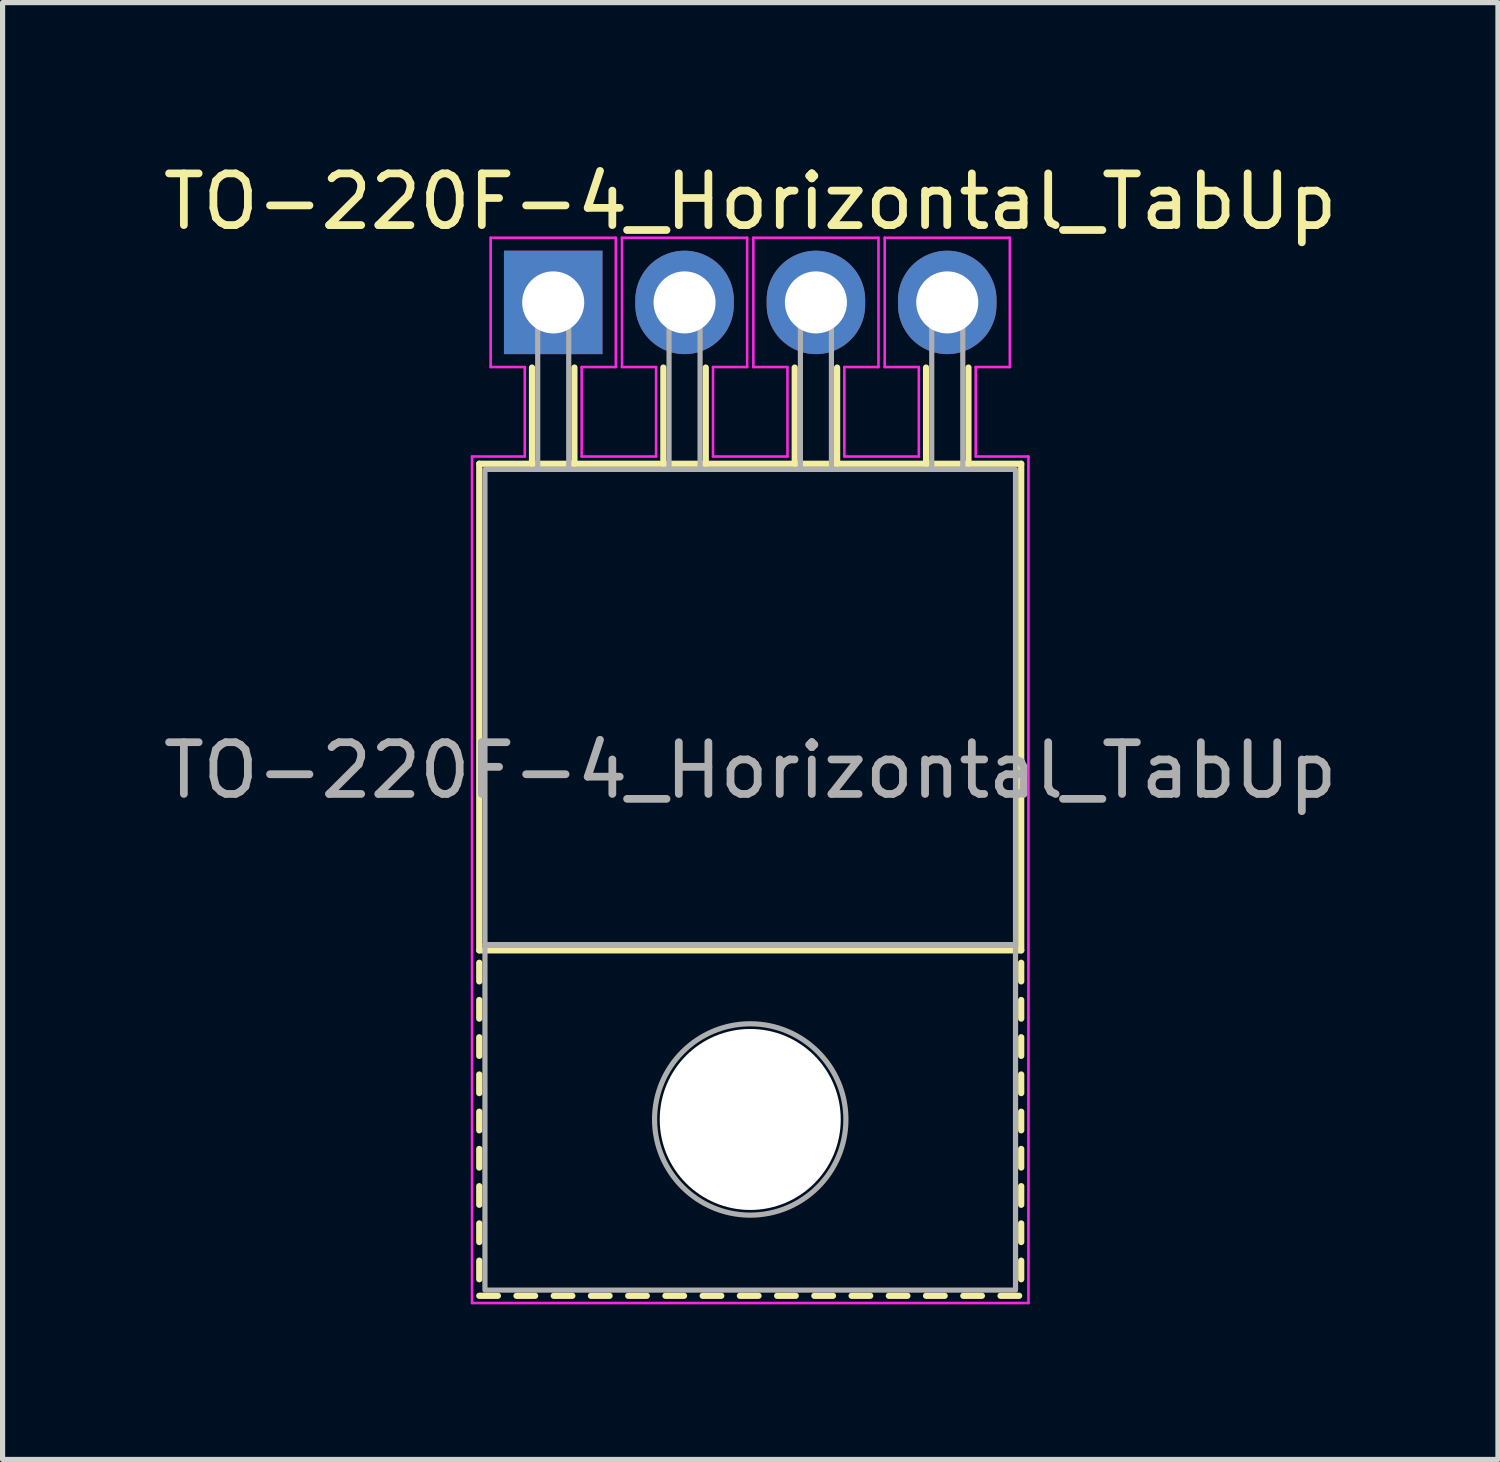
<source format=kicad_pcb>
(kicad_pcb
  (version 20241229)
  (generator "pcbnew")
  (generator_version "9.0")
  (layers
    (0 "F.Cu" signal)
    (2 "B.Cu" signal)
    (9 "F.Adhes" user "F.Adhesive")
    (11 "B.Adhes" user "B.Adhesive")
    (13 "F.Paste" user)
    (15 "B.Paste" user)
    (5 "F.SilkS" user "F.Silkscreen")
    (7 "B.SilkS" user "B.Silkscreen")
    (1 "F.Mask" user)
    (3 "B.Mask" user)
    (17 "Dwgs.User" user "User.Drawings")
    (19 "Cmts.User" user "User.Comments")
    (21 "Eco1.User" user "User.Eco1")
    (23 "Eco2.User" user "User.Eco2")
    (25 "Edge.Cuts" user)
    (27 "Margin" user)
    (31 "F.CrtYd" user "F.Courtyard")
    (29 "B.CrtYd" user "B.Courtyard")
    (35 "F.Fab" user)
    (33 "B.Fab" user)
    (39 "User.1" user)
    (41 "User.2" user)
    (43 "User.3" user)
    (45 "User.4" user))
  (footprint "TO-220F-4_Horizontal_TabUp"
    (layer "F.Cu")
    (at 7.648 2.798)
    (property "Reference" "TO-220F-4_Horizontal_TabUp" (at 3.81 -1.95 0) (layer "F.SilkS") (effects (font (size 1 1) (thickness 0.15))))
    (attr through_hole)
    (fp_line (start -1.43 3.12) (end -1.43 12.53) (stroke (width 0.12) (type solid)) (layer "F.SilkS"))
    (fp_line (start -1.43 3.12) (end 9.05 3.12) (stroke (width 0.12) (type solid)) (layer "F.SilkS"))
    (fp_line (start -1.43 12.53) (end 9.05 12.53) (stroke (width 0.12) (type solid)) (layer "F.SilkS"))
    (fp_line (start -1.43 12.77) (end -1.43 13.13) (stroke (width 0.12) (type solid)) (layer "F.SilkS"))
    (fp_line (start -1.43 13.49) (end -1.43 13.85) (stroke (width 0.12) (type solid)) (layer "F.SilkS"))
    (fp_line (start -1.43 14.21) (end -1.43 14.57) (stroke (width 0.12) (type solid)) (layer "F.SilkS"))
    (fp_line (start -1.43 14.93) (end -1.43 15.29) (stroke (width 0.12) (type solid)) (layer "F.SilkS"))
    (fp_line (start -1.43 15.65) (end -1.43 16.01) (stroke (width 0.12) (type solid)) (layer "F.SilkS"))
    (fp_line (start -1.43 16.37) (end -1.43 16.73) (stroke (width 0.12) (type solid)) (layer "F.SilkS"))
    (fp_line (start -1.43 17.09) (end -1.43 17.45) (stroke (width 0.12) (type solid)) (layer "F.SilkS"))
    (fp_line (start -1.43 17.81) (end -1.43 18.17) (stroke (width 0.12) (type solid)) (layer "F.SilkS"))
    (fp_line (start -1.43 18.53) (end -1.43 18.89) (stroke (width 0.12) (type solid)) (layer "F.SilkS"))
    (fp_line (start -1.43 19.21) (end -1.07 19.21) (stroke (width 0.12) (type solid)) (layer "F.SilkS"))
    (fp_line (start -0.71 19.21) (end -0.35 19.21) (stroke (width 0.12) (type solid)) (layer "F.SilkS"))
    (fp_line (start -0.41 3.12) (end -0.41 1.26) (stroke (width 0.12) (type solid)) (layer "F.SilkS"))
    (fp_line (start 0.01 19.21) (end 0.37 19.21) (stroke (width 0.12) (type solid)) (layer "F.SilkS"))
    (fp_line (start 0.41 3.12) (end 0.41 1.26) (stroke (width 0.12) (type solid)) (layer "F.SilkS"))
    (fp_line (start 0.73 19.21) (end 1.09 19.21) (stroke (width 0.12) (type solid)) (layer "F.SilkS"))
    (fp_line (start 1.45 19.21) (end 1.81 19.21) (stroke (width 0.12) (type solid)) (layer "F.SilkS"))
    (fp_line (start 2.13 3.12) (end 2.13 1.26) (stroke (width 0.12) (type solid)) (layer "F.SilkS"))
    (fp_line (start 2.17 19.21) (end 2.53 19.21) (stroke (width 0.12) (type solid)) (layer "F.SilkS"))
    (fp_line (start 2.89 19.21) (end 3.25 19.21) (stroke (width 0.12) (type solid)) (layer "F.SilkS"))
    (fp_line (start 2.95 3.12) (end 2.95 1.26) (stroke (width 0.12) (type solid)) (layer "F.SilkS"))
    (fp_line (start 3.61 19.21) (end 3.97 19.21) (stroke (width 0.12) (type solid)) (layer "F.SilkS"))
    (fp_line (start 4.33 19.21) (end 4.69 19.21) (stroke (width 0.12) (type solid)) (layer "F.SilkS"))
    (fp_line (start 4.67 3.12) (end 4.67 1.26) (stroke (width 0.12) (type solid)) (layer "F.SilkS"))
    (fp_line (start 5.05 19.21) (end 5.41 19.21) (stroke (width 0.12) (type solid)) (layer "F.SilkS"))
    (fp_line (start 5.49 3.12) (end 5.49 1.26) (stroke (width 0.12) (type solid)) (layer "F.SilkS"))
    (fp_line (start 5.77 19.21) (end 6.13 19.21) (stroke (width 0.12) (type solid)) (layer "F.SilkS"))
    (fp_line (start 6.49 19.21) (end 6.85 19.21) (stroke (width 0.12) (type solid)) (layer "F.SilkS"))
    (fp_line (start 7.21 3.12) (end 7.21 1.26) (stroke (width 0.12) (type solid)) (layer "F.SilkS"))
    (fp_line (start 7.21 19.21) (end 7.57 19.21) (stroke (width 0.12) (type solid)) (layer "F.SilkS"))
    (fp_line (start 7.93 19.21) (end 8.29 19.21) (stroke (width 0.12) (type solid)) (layer "F.SilkS"))
    (fp_line (start 8.03 3.12) (end 8.03 1.26) (stroke (width 0.12) (type solid)) (layer "F.SilkS"))
    (fp_line (start 8.65 19.21) (end 9.01 19.21) (stroke (width 0.12) (type solid)) (layer "F.SilkS"))
    (fp_line (start 9.05 3.12) (end 9.05 12.53) (stroke (width 0.12) (type solid)) (layer "F.SilkS"))
    (fp_line (start 9.05 12.77) (end 9.05 13.13) (stroke (width 0.12) (type solid)) (layer "F.SilkS"))
    (fp_line (start 9.05 13.49) (end 9.05 13.85) (stroke (width 0.12) (type solid)) (layer "F.SilkS"))
    (fp_line (start 9.05 14.21) (end 9.05 14.57) (stroke (width 0.12) (type solid)) (layer "F.SilkS"))
    (fp_line (start 9.05 14.93) (end 9.05 15.29) (stroke (width 0.12) (type solid)) (layer "F.SilkS"))
    (fp_line (start 9.05 15.65) (end 9.05 16.01) (stroke (width 0.12) (type solid)) (layer "F.SilkS"))
    (fp_line (start 9.05 16.37) (end 9.05 16.73) (stroke (width 0.12) (type solid)) (layer "F.SilkS"))
    (fp_line (start 9.05 17.09) (end 9.05 17.45) (stroke (width 0.12) (type solid)) (layer "F.SilkS"))
    (fp_line (start 9.05 17.81) (end 9.05 18.17) (stroke (width 0.12) (type solid)) (layer "F.SilkS"))
    (fp_line (start 9.05 18.53) (end 9.05 18.89) (stroke (width 0.12) (type solid)) (layer "F.SilkS"))
    (fp_line (start -1.57 2.98) (end -0.55 2.98) (stroke (width 0.05) (type solid)) (layer "F.CrtYd"))
    (fp_line (start -1.57 19.35) (end -1.57 2.98) (stroke (width 0.05) (type solid)) (layer "F.CrtYd"))
    (fp_line (start -1.21 -1.25) (end 1.21 -1.25) (stroke (width 0.05) (type solid)) (layer "F.CrtYd"))
    (fp_line (start -1.21 1.25) (end -1.21 -1.25) (stroke (width 0.05) (type solid)) (layer "F.CrtYd"))
    (fp_line (start -0.55 1.25) (end -1.21 1.25) (stroke (width 0.05) (type solid)) (layer "F.CrtYd"))
    (fp_line (start -0.55 2.98) (end -0.55 1.25) (stroke (width 0.05) (type solid)) (layer "F.CrtYd"))
    (fp_line (start 0.55 1.25) (end 0.55 2.98) (stroke (width 0.05) (type solid)) (layer "F.CrtYd"))
    (fp_line (start 0.55 2.98) (end 1.99 2.98) (stroke (width 0.05) (type solid)) (layer "F.CrtYd"))
    (fp_line (start 1.21 -1.25) (end 1.21 1.25) (stroke (width 0.05) (type solid)) (layer "F.CrtYd"))
    (fp_line (start 1.21 1.25) (end 0.55 1.25) (stroke (width 0.05) (type solid)) (layer "F.CrtYd"))
    (fp_line (start 1.33 -1.25) (end 3.75 -1.25) (stroke (width 0.05) (type solid)) (layer "F.CrtYd"))
    (fp_line (start 1.33 1.25) (end 1.33 -1.25) (stroke (width 0.05) (type solid)) (layer "F.CrtYd"))
    (fp_line (start 1.99 1.25) (end 1.33 1.25) (stroke (width 0.05) (type solid)) (layer "F.CrtYd"))
    (fp_line (start 1.99 2.98) (end 1.99 1.25) (stroke (width 0.05) (type solid)) (layer "F.CrtYd"))
    (fp_line (start 3.09 1.25) (end 3.09 2.98) (stroke (width 0.05) (type solid)) (layer "F.CrtYd"))
    (fp_line (start 3.09 2.98) (end 4.53 2.98) (stroke (width 0.05) (type solid)) (layer "F.CrtYd"))
    (fp_line (start 3.75 -1.25) (end 3.75 1.25) (stroke (width 0.05) (type solid)) (layer "F.CrtYd"))
    (fp_line (start 3.75 1.25) (end 3.09 1.25) (stroke (width 0.05) (type solid)) (layer "F.CrtYd"))
    (fp_line (start 3.87 -1.25) (end 6.29 -1.25) (stroke (width 0.05) (type solid)) (layer "F.CrtYd"))
    (fp_line (start 3.87 1.25) (end 3.87 -1.25) (stroke (width 0.05) (type solid)) (layer "F.CrtYd"))
    (fp_line (start 4.53 1.25) (end 3.87 1.25) (stroke (width 0.05) (type solid)) (layer "F.CrtYd"))
    (fp_line (start 4.53 2.98) (end 4.53 1.25) (stroke (width 0.05) (type solid)) (layer "F.CrtYd"))
    (fp_line (start 5.63 1.25) (end 5.63 2.98) (stroke (width 0.05) (type solid)) (layer "F.CrtYd"))
    (fp_line (start 5.63 2.98) (end 7.07 2.98) (stroke (width 0.05) (type solid)) (layer "F.CrtYd"))
    (fp_line (start 6.29 -1.25) (end 6.29 1.25) (stroke (width 0.05) (type solid)) (layer "F.CrtYd"))
    (fp_line (start 6.29 1.25) (end 5.63 1.25) (stroke (width 0.05) (type solid)) (layer "F.CrtYd"))
    (fp_line (start 6.41 -1.25) (end 8.83 -1.25) (stroke (width 0.05) (type solid)) (layer "F.CrtYd"))
    (fp_line (start 6.41 1.25) (end 6.41 -1.25) (stroke (width 0.05) (type solid)) (layer "F.CrtYd"))
    (fp_line (start 7.07 1.25) (end 6.41 1.25) (stroke (width 0.05) (type solid)) (layer "F.CrtYd"))
    (fp_line (start 7.07 2.98) (end 7.07 1.25) (stroke (width 0.05) (type solid)) (layer "F.CrtYd"))
    (fp_line (start 8.17 1.25) (end 8.17 2.98) (stroke (width 0.05) (type solid)) (layer "F.CrtYd"))
    (fp_line (start 8.17 2.98) (end 9.19 2.98) (stroke (width 0.05) (type solid)) (layer "F.CrtYd"))
    (fp_line (start 8.83 -1.25) (end 8.83 1.25) (stroke (width 0.05) (type solid)) (layer "F.CrtYd"))
    (fp_line (start 8.83 1.25) (end 8.17 1.25) (stroke (width 0.05) (type solid)) (layer "F.CrtYd"))
    (fp_line (start 9.19 2.98) (end 9.19 19.35) (stroke (width 0.05) (type solid)) (layer "F.CrtYd"))
    (fp_line (start 9.19 19.35) (end -1.57 19.35) (stroke (width 0.05) (type solid)) (layer "F.CrtYd"))
    (fp_rect (start -1.32 3.23) (end 8.94 12.42) (stroke (width 0.1) (type solid)) (fill no) (layer "F.Fab"))
    (fp_rect (start -1.32 12.42) (end 8.94 19.1) (stroke (width 0.1) (type solid)) (fill no) (layer "F.Fab"))
    (fp_rect (start -0.3 3.23) (end 0.3 0) (stroke (width 0.1) (type solid)) (fill no) (layer "F.Fab"))
    (fp_rect (start 2.24 3.23) (end 2.84 0) (stroke (width 0.1) (type solid)) (fill no) (layer "F.Fab"))
    (fp_rect (start 4.78 3.23) (end 5.38 0) (stroke (width 0.1) (type solid)) (fill no) (layer "F.Fab"))
    (fp_rect (start 7.32 3.23) (end 7.92 0) (stroke (width 0.1) (type solid)) (fill no) (layer "F.Fab"))
    (fp_circle (center 3.81 15.8) (end 5.66 15.8) (stroke (width 0.1) (type solid)) (fill no) (layer "F.Fab"))
    (fp_text user "${REFERENCE}" (at 3.81 9.05 0) (layer "F.Fab") (effects (font (size 1 1) (thickness 0.15))))
    (pad "" np_thru_hole circle (at 3.81 15.8) (size 3.5 3.5) (drill 3.5) (layers "*.Cu" "*.Mask"))
    (pad "1" thru_hole rect (at 0 0) (size 1.905 2) (drill 1.2) (layers "*.Cu" "*.Mask"))
    (pad "2" thru_hole oval (at 2.54 0) (size 1.905 2) (drill 1.2) (layers "*.Cu" "*.Mask"))
    (pad "3" thru_hole oval (at 5.08 0) (size 1.905 2) (drill 1.2) (layers "*.Cu" "*.Mask"))
    (pad "4" thru_hole oval (at 7.62 0) (size 1.905 2) (drill 1.2) (layers "*.Cu" "*.Mask")))
  (gr_rect
    (start -3 -3)
    (end 25.917 25.173)
    (stroke (width 0.1) (type default))
    (fill no)
    (layer "Edge.Cuts")))
</source>
